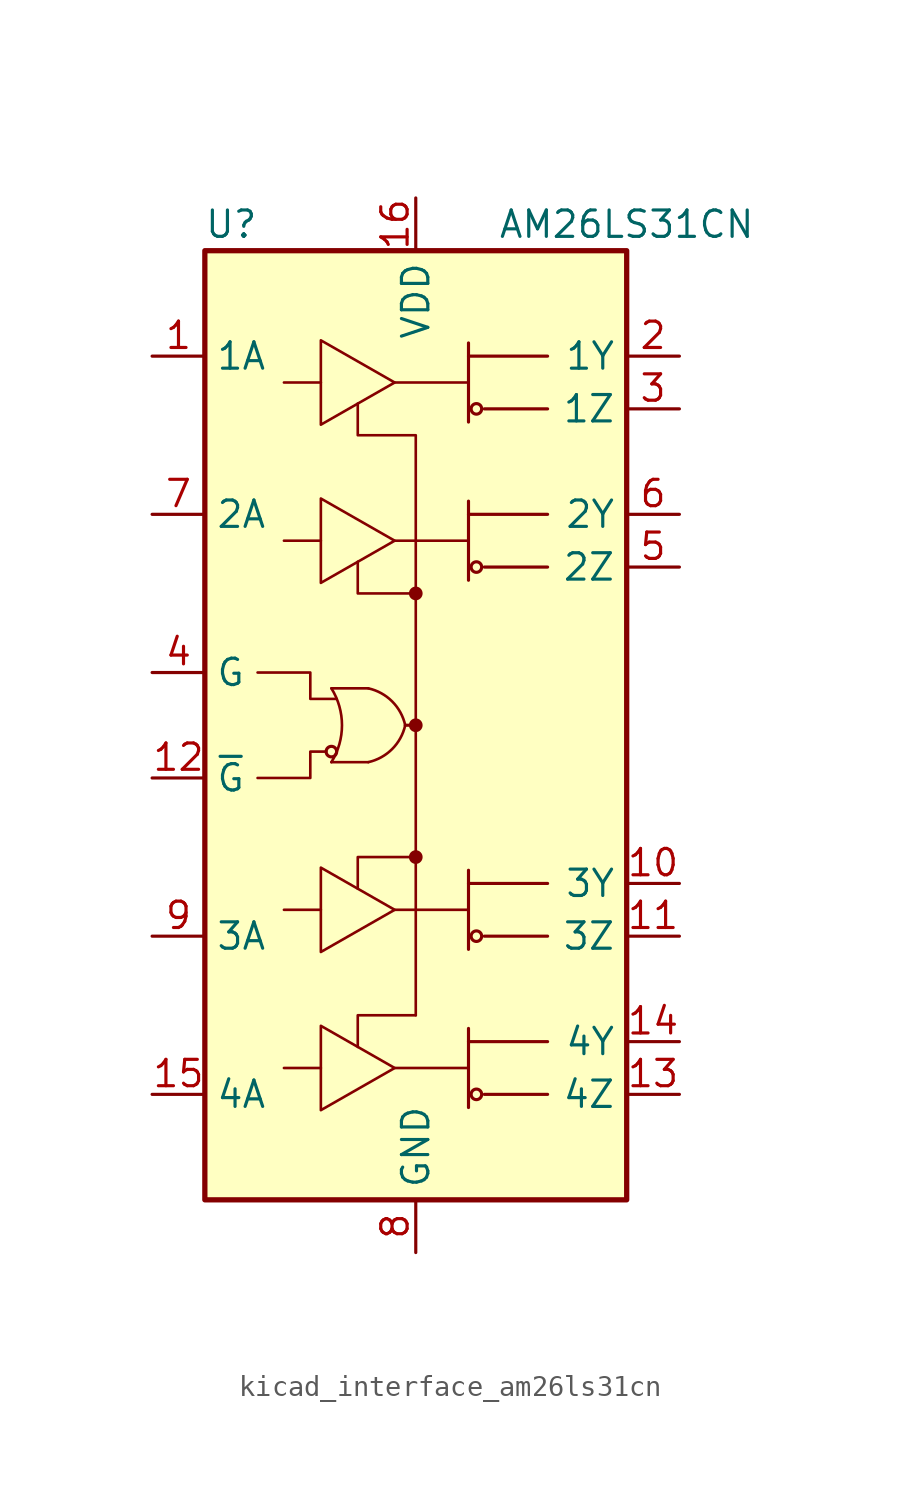
<source format=kicad_sym>
(kicad_symbol_lib
  (version 20220914)
  (generator kicad_symbol_editor)
  (symbol "kicad_interface_am26ls31cn"
    (property "Reference" "U"
      (at -8.89 24.13 0)
      (effects (font (size 1.27 1.27))))
    (property "Value" "AM26LS31CN"
      (at 10.16 24.13 0)
      (effects (font (size 1.27 1.27))))
    (symbol "kicad_interface_am26ls31cn_0_1"
      (rectangle (start -10.16 22.86) (end 10.16 -22.86) (stroke (width 0.254) (type default)) (fill (type background)))
      (arc (start -4.064 -1.778) (mid -3.5541 0) (end -4.064 1.778) (stroke (width 0.127) (type default)) (fill (type none)))
      (circle (center -4.064 -1.27) (radius 0.254) (stroke (width 0) (type default)) (fill (type none)))
      (arc (start -2.286 -1.778) (mid -1.1381 -1.1479) (end -0.508 0) (stroke (width 0.127) (type default)) (fill (type none)))
      (arc (start -0.508 0) (mid -1.1381 1.1479) (end -2.286 1.778) (stroke (width 0.127) (type default)) (fill (type none)))
      (circle (center 0 -6.35) (radius 0.254) (stroke (width 0) (type default)) (fill (type outline)))
      (polyline (pts (xy -4.064 -1.778) (xy -2.286 -1.778)) (stroke (width 0.127) (type default)) (fill (type none)))
      (polyline (pts (xy -2.286 1.778) (xy -4.064 1.778)) (stroke (width 0.127) (type default)) (fill (type none)))
      (polyline (pts (xy -1.016 -16.51) (xy 2.54 -16.51)) (stroke (width 0.127) (type default)) (fill (type none)))
      (polyline (pts (xy -1.016 -8.89) (xy 2.54 -8.89)) (stroke (width 0.127) (type default)) (fill (type none)))
      (polyline (pts (xy -1.016 8.89) (xy 2.54 8.89)) (stroke (width 0.127) (type default)) (fill (type none)))
      (polyline (pts (xy -1.016 16.51) (xy 2.54 16.51)) (stroke (width 0.127) (type default)) (fill (type none)))
      (polyline (pts (xy -0.508 0) (xy 0 0)) (stroke (width 0) (type default)) (fill (type none)))
      (polyline (pts (xy 0 0) (xy 0 -13.97)) (stroke (width 0.127) (type default)) (fill (type none)))
      (polyline (pts (xy 0 6.35) (xy 0 0)) (stroke (width 0.127) (type default)) (fill (type none)))
      (polyline (pts (xy 2.54 -18.415) (xy 2.54 -14.605)) (stroke (width 0.152) (type default)) (fill (type none)))
      (polyline (pts (xy 2.54 -15.24) (xy 6.35 -15.24)) (stroke (width 0.152) (type default)) (fill (type none)))
      (polyline (pts (xy 2.54 -10.795) (xy 2.54 -6.985)) (stroke (width 0.152) (type default)) (fill (type none)))
      (polyline (pts (xy 2.54 -7.62) (xy 6.35 -7.62)) (stroke (width 0.152) (type default)) (fill (type none)))
      (polyline (pts (xy 2.54 6.985) (xy 2.54 10.795)) (stroke (width 0.152) (type default)) (fill (type none)))
      (polyline (pts (xy 2.54 10.16) (xy 6.35 10.16)) (stroke (width 0.152) (type default)) (fill (type none)))
      (polyline (pts (xy 2.54 14.605) (xy 2.54 18.415)) (stroke (width 0.152) (type default)) (fill (type none)))
      (polyline (pts (xy 2.54 17.78) (xy 6.35 17.78)) (stroke (width 0.152) (type default)) (fill (type none)))
      (polyline (pts (xy 6.35 -17.78) (xy 3.302 -17.78)) (stroke (width 0.152) (type default)) (fill (type none)))
      (polyline (pts (xy 6.35 -10.16) (xy 3.302 -10.16)) (stroke (width 0.152) (type default)) (fill (type none)))
      (polyline (pts (xy 6.35 7.62) (xy 3.302 7.62)) (stroke (width 0.152) (type default)) (fill (type none)))
      (polyline (pts (xy 6.35 15.24) (xy 3.302 15.24)) (stroke (width 0.152) (type default)) (fill (type none)))
      (polyline (pts (xy 0 -13.97) (xy -2.794 -13.97) (xy -2.794 -15.494)) (stroke (width 0.127) (type default)) (fill (type none)))
      (polyline (pts (xy 0 -6.35) (xy -2.794 -6.35) (xy -2.794 -7.874)) (stroke (width 0.127) (type default)) (fill (type none)))
      (polyline (pts (xy 0 6.35) (xy -2.794 6.35) (xy -2.794 7.874)) (stroke (width 0.127) (type default)) (fill (type none)))
      (polyline (pts (xy -7.62 2.54) (xy -5.08 2.54) (xy -5.08 1.27) (xy -3.81 1.27)) (stroke (width 0.127) (type default)) (fill (type none)))
      (polyline (pts (xy -4.572 18.542) (xy -4.572 14.478) (xy -1.016 16.51) (xy -4.572 18.542)) (stroke (width 0.127) (type default)) (fill (type none)))
      (polyline (pts (xy -4.318 -1.27) (xy -5.08 -1.27) (xy -5.08 -2.54) (xy -7.62 -2.54)) (stroke (width 0.127) (type default)) (fill (type none)))
      (polyline (pts (xy 0 6.35) (xy 0 13.97) (xy -2.794 13.97) (xy -2.794 15.494)) (stroke (width 0.127) (type default)) (fill (type none)))
      (circle (center 0 0) (radius 0.254) (stroke (width 0) (type default)) (fill (type outline)))
      (circle (center 0 6.35) (radius 0.254) (stroke (width 0) (type default)) (fill (type outline)))
      (circle (center 2.921 -17.78) (radius 0.254) (stroke (width 0) (type default)) (fill (type none)))
      (circle (center 2.921 -10.16) (radius 0.254) (stroke (width 0) (type default)) (fill (type none)))
      (circle (center 2.921 7.62) (radius 0.254) (stroke (width 0) (type default)) (fill (type none)))
      (circle (center 2.921 15.24) (radius 0.254) (stroke (width 0) (type default)) (fill (type none))))
    (symbol "kicad_interface_am26ls31cn_1_1"
      (polyline (pts (xy -6.35 -16.51) (xy -4.572 -16.51)) (stroke (width 0.127) (type default)) (fill (type none)))
      (polyline (pts (xy -6.35 -8.89) (xy -4.572 -8.89)) (stroke (width 0.127) (type default)) (fill (type none)))
      (polyline (pts (xy -6.35 8.89) (xy -4.572 8.89)) (stroke (width 0.127) (type default)) (fill (type none)))
      (polyline (pts (xy -6.35 16.51) (xy -4.572 16.51)) (stroke (width 0.127) (type default)) (fill (type none)))
      (polyline (pts (xy -4.572 -14.478) (xy -4.572 -18.542) (xy -1.016 -16.51) (xy -4.572 -14.478)) (stroke (width 0.127) (type default)) (fill (type none)))
      (polyline (pts (xy -4.572 -6.858) (xy -4.572 -10.922) (xy -1.016 -8.89) (xy -4.572 -6.858)) (stroke (width 0.127) (type default)) (fill (type none)))
      (polyline (pts (xy -4.572 10.922) (xy -4.572 6.858) (xy -1.016 8.89) (xy -4.572 10.922)) (stroke (width 0.127) (type default)) (fill (type none)))
      (pin input line (at -12.7 17.78 0) (length 2.54) (name "1A" (effects (font (size 1.27 1.27)))) (number "1" (effects (font (size 1.27 1.27)))))
      (pin tri_state line (at 12.7 -7.62 180) (length 2.54) (name "3Y" (effects (font (size 1.27 1.27)))) (number "10" (effects (font (size 1.27 1.27)))))
      (pin tri_state line (at 12.7 -10.16 180) (length 2.54) (name "3Z" (effects (font (size 1.27 1.27)))) (number "11" (effects (font (size 1.27 1.27)))))
      (pin input line (at -12.7 -2.54 0) (length 2.54) (name "~{G}" (effects (font (size 1.27 1.27)))) (number "12" (effects (font (size 1.27 1.27)))))
      (pin tri_state line (at 12.7 -17.78 180) (length 2.54) (name "4Z" (effects (font (size 1.27 1.27)))) (number "13" (effects (font (size 1.27 1.27)))))
      (pin tri_state line (at 12.7 -15.24 180) (length 2.54) (name "4Y" (effects (font (size 1.27 1.27)))) (number "14" (effects (font (size 1.27 1.27)))))
      (pin input line (at -12.7 -17.78 0) (length 2.54) (name "4A" (effects (font (size 1.27 1.27)))) (number "15" (effects (font (size 1.27 1.27)))))
      (pin power_in line (at 0 25.4 270) (length 2.54) (name "VDD" (effects (font (size 1.27 1.27)))) (number "16" (effects (font (size 1.27 1.27)))))
      (pin tri_state line (at 12.7 17.78 180) (length 2.54) (name "1Y" (effects (font (size 1.27 1.27)))) (number "2" (effects (font (size 1.27 1.27)))))
      (pin tri_state line (at 12.7 15.24 180) (length 2.54) (name "1Z" (effects (font (size 1.27 1.27)))) (number "3" (effects (font (size 1.27 1.27)))))
      (pin input line (at -12.7 2.54 0) (length 2.54) (name "G" (effects (font (size 1.27 1.27)))) (number "4" (effects (font (size 1.27 1.27)))))
      (pin tri_state line (at 12.7 7.62 180) (length 2.54) (name "2Z" (effects (font (size 1.27 1.27)))) (number "5" (effects (font (size 1.27 1.27)))))
      (pin tri_state line (at 12.7 10.16 180) (length 2.54) (name "2Y" (effects (font (size 1.27 1.27)))) (number "6" (effects (font (size 1.27 1.27)))))
      (pin input line (at -12.7 10.16 0) (length 2.54) (name "2A" (effects (font (size 1.27 1.27)))) (number "7" (effects (font (size 1.27 1.27)))))
      (pin power_in line (at 0 -25.4 90) (length 2.54) (name "GND" (effects (font (size 1.27 1.27)))) (number "8" (effects (font (size 1.27 1.27)))))
      (pin input line (at -12.7 -10.16 0) (length 2.54) (name "3A" (effects (font (size 1.27 1.27)))) (number "9" (effects (font (size 1.27 1.27))))))))
</source>
